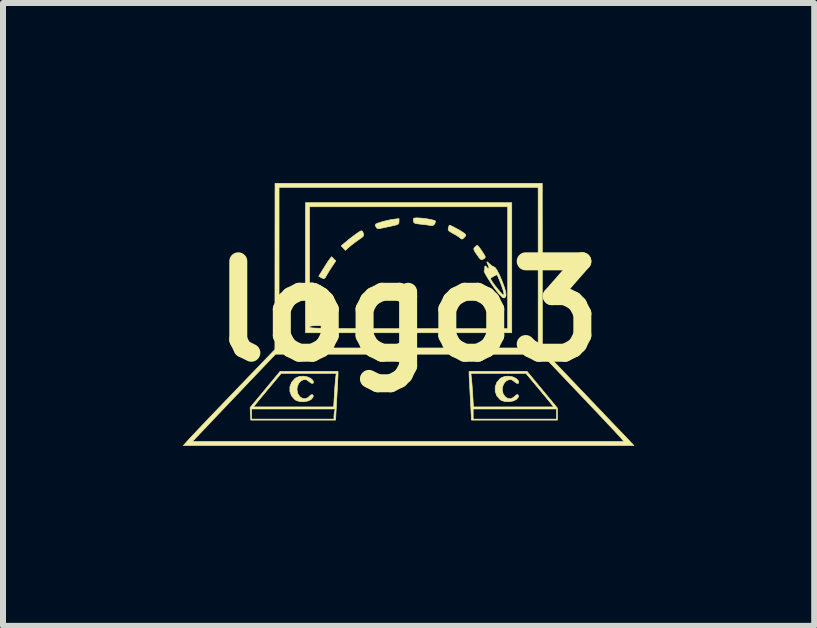
<source format=kicad_pcb>
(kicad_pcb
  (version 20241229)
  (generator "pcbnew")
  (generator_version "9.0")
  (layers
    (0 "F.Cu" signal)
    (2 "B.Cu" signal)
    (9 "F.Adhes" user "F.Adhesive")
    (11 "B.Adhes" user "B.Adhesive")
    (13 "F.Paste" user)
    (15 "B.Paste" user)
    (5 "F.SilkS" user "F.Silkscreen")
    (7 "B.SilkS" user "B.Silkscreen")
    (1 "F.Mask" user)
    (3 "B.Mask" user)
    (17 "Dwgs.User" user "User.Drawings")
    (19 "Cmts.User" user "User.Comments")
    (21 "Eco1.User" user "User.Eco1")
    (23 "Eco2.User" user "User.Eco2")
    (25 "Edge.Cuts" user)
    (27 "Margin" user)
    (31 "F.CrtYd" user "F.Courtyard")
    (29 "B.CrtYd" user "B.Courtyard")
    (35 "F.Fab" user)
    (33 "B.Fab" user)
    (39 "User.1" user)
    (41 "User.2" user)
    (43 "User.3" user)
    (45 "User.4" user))
  (footprint "logo3"
    (layer "F.Cu")
    (at 3.751 2.139)
    (property "Reference" "logo3" (at 0 0 0) (layer "F.SilkS") (effects (font (size 1.524 1.524) (thickness 0.3))))
    (attr through_hole)
    (fp_poly (pts (xy -1.205 -0.841) (xy -1.269 -0.747) (xy -1.307 -0.688) (xy -1.341 -0.632) (xy -1.361 -0.597) (xy -1.384 -0.558) (xy -1.405 -0.545) (xy -1.435 -0.555) (xy -1.452 -0.564) (xy -1.49 -0.585) (xy -1.414 -0.709) (xy -1.375 -0.771) (xy -1.339 -0.827) (xy -1.311 -0.866) (xy -1.307 -0.872) (xy -1.275 -0.912) (xy -1.205 -0.841)) (stroke (width 0.01) (type solid)) (fill yes) (layer "F.SilkS"))
    (fp_poly (pts (xy 1.168 -1.088) (xy 1.195 -1.055) (xy 1.226 -1.011) (xy 1.256 -0.965) (xy 1.279 -0.926) (xy 1.287 -0.904) (xy 1.273 -0.884) (xy 1.249 -0.869) (xy 1.226 -0.862) (xy 1.206 -0.869) (xy 1.182 -0.895) (xy 1.147 -0.944) (xy 1.113 -0.994) (xy 1.097 -1.026) (xy 1.095 -1.046) (xy 1.107 -1.064) (xy 1.111 -1.069) (xy 1.137 -1.093) (xy 1.152 -1.101) (xy 1.168 -1.088)) (stroke (width 0.01) (type solid)) (fill yes) (layer "F.SilkS"))
    (fp_poly (pts (xy -0.754 -1.321) (xy -0.748 -1.305) (xy -0.741 -1.278) (xy -0.745 -1.257) (xy -0.766 -1.235) (xy -0.81 -1.204) (xy -0.823 -1.195) (xy -0.885 -1.151) (xy -0.946 -1.104) (xy -0.98 -1.075) (xy -1.045 -1.017) (xy -1.08 -1.054) (xy -1.116 -1.092) (xy -1.046 -1.151) (xy -0.988 -1.199) (xy -0.924 -1.248) (xy -0.862 -1.294) (xy -0.812 -1.328) (xy -0.793 -1.339) (xy -0.771 -1.343) (xy -0.754 -1.321)) (stroke (width 0.01) (type solid)) (fill yes) (layer "F.SilkS"))
    (fp_poly (pts (xy -0.152 -1.497) (xy -0.154 -1.473) (xy -0.163 -1.457) (xy -0.185 -1.445) (xy -0.227 -1.433) (xy -0.296 -1.418) (xy -0.301 -1.417) (xy -0.371 -1.402) (xy -0.433 -1.389) (xy -0.475 -1.38) (xy -0.484 -1.378) (xy -0.515 -1.381) (xy -0.538 -1.412) (xy -0.547 -1.435) (xy -0.544 -1.451) (xy -0.523 -1.464) (xy -0.478 -1.48) (xy -0.446 -1.49) (xy -0.371 -1.51) (xy -0.294 -1.527) (xy -0.243 -1.535) (xy -0.152 -1.546) (xy -0.152 -1.497)) (stroke (width 0.01) (type solid)) (fill yes) (layer "F.SilkS"))
    (fp_poly (pts (xy 0.703 -1.433) (xy 0.741 -1.415) (xy 0.79 -1.389) (xy 0.844 -1.36) (xy 0.893 -1.33) (xy 0.93 -1.306) (xy 0.931 -1.305) (xy 0.959 -1.281) (xy 0.961 -1.263) (xy 0.941 -1.238) (xy 0.941 -1.237) (xy 0.909 -1.208) (xy 0.886 -1.206) (xy 0.867 -1.223) (xy 0.843 -1.242) (xy 0.8 -1.27) (xy 0.754 -1.295) (xy 0.703 -1.325) (xy 0.675 -1.346) (xy 0.667 -1.367) (xy 0.67 -1.388) (xy 0.68 -1.422) (xy 0.686 -1.437) (xy 0.703 -1.433)) (stroke (width 0.01) (type solid)) (fill yes) (layer "F.SilkS"))
    (fp_poly (pts (xy 0.21 -1.555) (xy 0.276 -1.548) (xy 0.342 -1.538) (xy 0.4 -1.526) (xy 0.441 -1.514) (xy 0.457 -1.504) (xy 0.457 -1.503) (xy 0.444 -1.458) (xy 0.412 -1.431) (xy 0.37 -1.43) (xy 0.364 -1.432) (xy 0.34 -1.437) (xy 0.291 -1.444) (xy 0.229 -1.451) (xy 0.22 -1.452) (xy 0.155 -1.459) (xy 0.117 -1.467) (xy 0.098 -1.478) (xy 0.09 -1.496) (xy 0.088 -1.511) (xy 0.087 -1.541) (xy 0.099 -1.554) (xy 0.134 -1.558) (xy 0.152 -1.558) (xy 0.21 -1.555)) (stroke (width 0.01) (type solid)) (fill yes) (layer "F.SilkS"))
    (fp_poly (pts (xy 2.489 1.613) (xy 2.489 1.812) (xy 1.056 1.812) (xy 1.046 1.626) (xy 1.084 1.626) (xy 1.084 1.795) (xy 2.472 1.795) (xy 2.472 1.626) (xy 1.084 1.626) (xy 1.046 1.626) (xy 1.036 1.444) (xy 1.03 1.333) (xy 1.025 1.232) (xy 1.02 1.147) (xy 1.017 1.082) (xy 1.016 1.044) (xy 1.016 1.037) (xy 1.016 1.033) (xy 1.046 1.033) (xy 1.055 1.113) (xy 1.06 1.163) (xy 1.066 1.237) (xy 1.072 1.322) (xy 1.077 1.393) (xy 1.088 1.592) (xy 2.426 1.592) (xy 2.361 1.511) (xy 2.326 1.469) (xy 2.276 1.408) (xy 2.215 1.335) (xy 2.151 1.258) (xy 2.129 1.232) (xy 1.963 1.033) (xy 1.046 1.033) (xy 1.016 1.033) (xy 1.016 0.999) (xy 1.981 0.999) (xy 2.489 1.613)) (stroke (width 0.01) (type solid)) (fill yes) (layer "F.SilkS"))
    (fp_poly (pts (xy -1.681 1.09) (xy -1.624 1.115) (xy -1.587 1.151) (xy -1.578 1.174) (xy -1.583 1.198) (xy -1.605 1.2) (xy -1.637 1.182) (xy -1.652 1.168) (xy -1.696 1.139) (xy -1.744 1.138) (xy -1.789 1.161) (xy -1.826 1.204) (xy -1.848 1.262) (xy -1.852 1.306) (xy -1.838 1.37) (xy -1.807 1.419) (xy -1.763 1.449) (xy -1.715 1.456) (xy -1.668 1.436) (xy -1.647 1.415) (xy -1.617 1.39) (xy -1.592 1.388) (xy -1.58 1.407) (xy -1.585 1.429) (xy -1.616 1.467) (xy -1.669 1.493) (xy -1.735 1.505) (xy -1.803 1.503) (xy -1.864 1.485) (xy -1.888 1.47) (xy -1.943 1.408) (xy -1.97 1.334) (xy -1.97 1.257) (xy -1.943 1.183) (xy -1.889 1.121) (xy -1.87 1.107) (xy -1.813 1.084) (xy -1.747 1.079) (xy -1.681 1.09)) (stroke (width 0.01) (type solid)) (fill yes) (layer "F.SilkS"))
    (fp_poly (pts (xy 1.74 1.09) (xy 1.796 1.115) (xy 1.834 1.151) (xy 1.843 1.174) (xy 1.838 1.198) (xy 1.815 1.2) (xy 1.784 1.182) (xy 1.769 1.168) (xy 1.725 1.139) (xy 1.677 1.138) (xy 1.632 1.161) (xy 1.595 1.204) (xy 1.572 1.262) (xy 1.569 1.306) (xy 1.582 1.37) (xy 1.614 1.419) (xy 1.657 1.449) (xy 1.706 1.456) (xy 1.753 1.436) (xy 1.774 1.415) (xy 1.804 1.39) (xy 1.829 1.388) (xy 1.84 1.407) (xy 1.836 1.429) (xy 1.805 1.467) (xy 1.751 1.493) (xy 1.685 1.505) (xy 1.617 1.503) (xy 1.556 1.485) (xy 1.533 1.47) (xy 1.478 1.408) (xy 1.451 1.334) (xy 1.451 1.257) (xy 1.478 1.183) (xy 1.531 1.121) (xy 1.551 1.107) (xy 1.608 1.084) (xy 1.674 1.079) (xy 1.74 1.09)) (stroke (width 0.01) (type solid)) (fill yes) (layer "F.SilkS"))
    (fp_poly (pts (xy -1.168 1.046) (xy -1.169 1.076) (xy -1.172 1.135) (xy -1.176 1.215) (xy -1.181 1.313) (xy -1.187 1.42) (xy -1.189 1.452) (xy -1.209 1.812) (xy -2.622 1.812) (xy -2.632 1.626) (xy -2.608 1.626) (xy -2.608 1.795) (xy -1.236 1.795) (xy -1.236 1.748) (xy -1.232 1.698) (xy -1.225 1.664) (xy -1.215 1.626) (xy -2.608 1.626) (xy -2.632 1.626) (xy -2.633 1.602) (xy -2.624 1.592) (xy -2.578 1.592) (xy -1.241 1.592) (xy -1.229 1.393) (xy -1.224 1.305) (xy -1.218 1.221) (xy -1.212 1.151) (xy -1.208 1.113) (xy -1.198 1.033) (xy -2.115 1.033) (xy -2.281 1.232) (xy -2.346 1.309) (xy -2.408 1.384) (xy -2.463 1.45) (xy -2.503 1.499) (xy -2.513 1.511) (xy -2.578 1.592) (xy -2.624 1.592) (xy -2.383 1.301) (xy -2.133 0.999) (xy -1.168 0.999) (xy -1.168 1.046)) (stroke (width 0.01) (type solid)) (fill yes) (layer "F.SilkS"))
    (fp_poly (pts (xy 1.727 0.356) (xy -1.71 0.356) (xy -1.71 -1.744) (xy -1.643 -1.744) (xy -1.643 -0.474) (xy -1.596 -0.474) (xy -1.519 -0.459) (xy -1.441 -0.419) (xy -1.371 -0.362) (xy -1.319 -0.295) (xy -1.305 -0.266) (xy -1.298 -0.231) (xy -1.293 -0.171) (xy -1.289 -0.093) (xy -1.287 -0.005) (xy -1.287 0.01) (xy -1.287 0.237) (xy -1.465 0.237) (xy -1.546 0.238) (xy -1.599 0.241) (xy -1.629 0.246) (xy -1.641 0.256) (xy -1.643 0.262) (xy -1.64 0.267) (xy -1.63 0.27) (xy -1.61 0.274) (xy -1.58 0.277) (xy -1.537 0.279) (xy -1.479 0.281) (xy -1.405 0.283) (xy -1.312 0.284) (xy -1.198 0.285) (xy -1.062 0.286) (xy -0.901 0.287) (xy -0.714 0.287) (xy -0.499 0.288) (xy -0.254 0.288) (xy 0.008 0.288) (xy 1.659 0.288) (xy 1.659 -1.744) (xy -1.643 -1.744) (xy -1.71 -1.744) (xy -1.71 -1.812) (xy 1.727 -1.812) (xy 1.727 0.356)) (stroke (width 0.01) (type solid)) (fill yes) (layer "F.SilkS"))
    (fp_poly (pts (xy 2.236 -0.749) (xy 2.237 0.635) (xy 2.746 1.168) (xy 2.865 1.293) (xy 2.987 1.421) (xy 3.108 1.548) (xy 3.224 1.669) (xy 3.329 1.78) (xy 3.421 1.877) (xy 3.495 1.954) (xy 3.509 1.968) (xy 3.763 2.235) (xy -3.746 2.235) (xy -3.685 2.167) (xy -3.593 2.167) (xy 3.594 2.167) (xy 3.554 2.118) (xy 3.535 2.096) (xy 3.495 2.053) (xy 3.436 1.989) (xy 3.36 1.909) (xy 3.271 1.814) (xy 3.169 1.706) (xy 3.058 1.589) (xy 2.939 1.463) (xy 2.87 1.391) (xy 2.227 0.714) (xy 0.008 0.713) (xy -2.21 0.713) (xy -2.726 1.255) (xy -2.842 1.377) (xy -2.957 1.497) (xy -3.068 1.614) (xy -3.171 1.722) (xy -3.263 1.819) (xy -3.34 1.901) (xy -3.399 1.963) (xy -3.418 1.982) (xy -3.593 2.167) (xy -3.685 2.167) (xy -3.643 2.121) (xy -3.611 2.087) (xy -3.559 2.032) (xy -3.489 1.957) (xy -3.402 1.866) (xy -3.303 1.762) (xy -3.192 1.646) (xy -3.074 1.523) (xy -2.95 1.394) (xy -2.88 1.321) (xy -2.22 0.635) (xy -2.219 -0.749) (xy -2.218 -2.066) (xy -2.151 -2.066) (xy -2.151 0.61) (xy 2.167 0.61) (xy 2.167 -2.066) (xy -2.151 -2.066) (xy -2.218 -2.066) (xy -2.218 -2.134) (xy 2.235 -2.134) (xy 2.236 -0.749)) (stroke (width 0.01) (type solid)) (fill yes) (layer "F.SilkS"))
    (fp_poly (pts (xy 1.336 -0.812) (xy 1.362 -0.787) (xy 1.396 -0.759) (xy 1.424 -0.745) (xy 1.426 -0.745) (xy 1.45 -0.73) (xy 1.482 -0.685) (xy 1.521 -0.609) (xy 1.561 -0.516) (xy 1.603 -0.405) (xy 1.627 -0.321) (xy 1.631 -0.265) (xy 1.623 -0.242) (xy 1.604 -0.225) (xy 1.585 -0.225) (xy 1.558 -0.245) (xy 1.517 -0.289) (xy 1.515 -0.29) (xy 1.478 -0.335) (xy 1.435 -0.393) (xy 1.39 -0.458) (xy 1.347 -0.524) (xy 1.331 -0.549) (xy 1.372 -0.549) (xy 1.382 -0.525) (xy 1.408 -0.484) (xy 1.446 -0.432) (xy 1.488 -0.379) (xy 1.53 -0.329) (xy 1.565 -0.291) (xy 1.589 -0.272) (xy 1.592 -0.271) (xy 1.597 -0.285) (xy 1.592 -0.321) (xy 1.588 -0.334) (xy 1.574 -0.382) (xy 1.553 -0.441) (xy 1.53 -0.501) (xy 1.507 -0.555) (xy 1.49 -0.594) (xy 1.479 -0.61) (xy 1.479 -0.61) (xy 1.457 -0.602) (xy 1.424 -0.585) (xy 1.391 -0.565) (xy 1.372 -0.551) (xy 1.372 -0.549) (xy 1.331 -0.549) (xy 1.309 -0.585) (xy 1.281 -0.634) (xy 1.267 -0.667) (xy 1.266 -0.676) (xy 1.276 -0.699) (xy 1.277 -0.724) (xy 1.279 -0.756) (xy 1.292 -0.757) (xy 1.313 -0.732) (xy 1.335 -0.711) (xy 1.346 -0.717) (xy 1.344 -0.743) (xy 1.33 -0.777) (xy 1.313 -0.816) (xy 1.314 -0.827) (xy 1.336 -0.812)) (stroke (width 0.01) (type solid)) (fill yes) (layer "F.SilkS")))
  (gr_rect
    (start -3 -3)
    (end 10.518 7.379)
    (stroke (width 0.1) (type default))
    (fill no)
    (layer "Edge.Cuts")))
</source>
